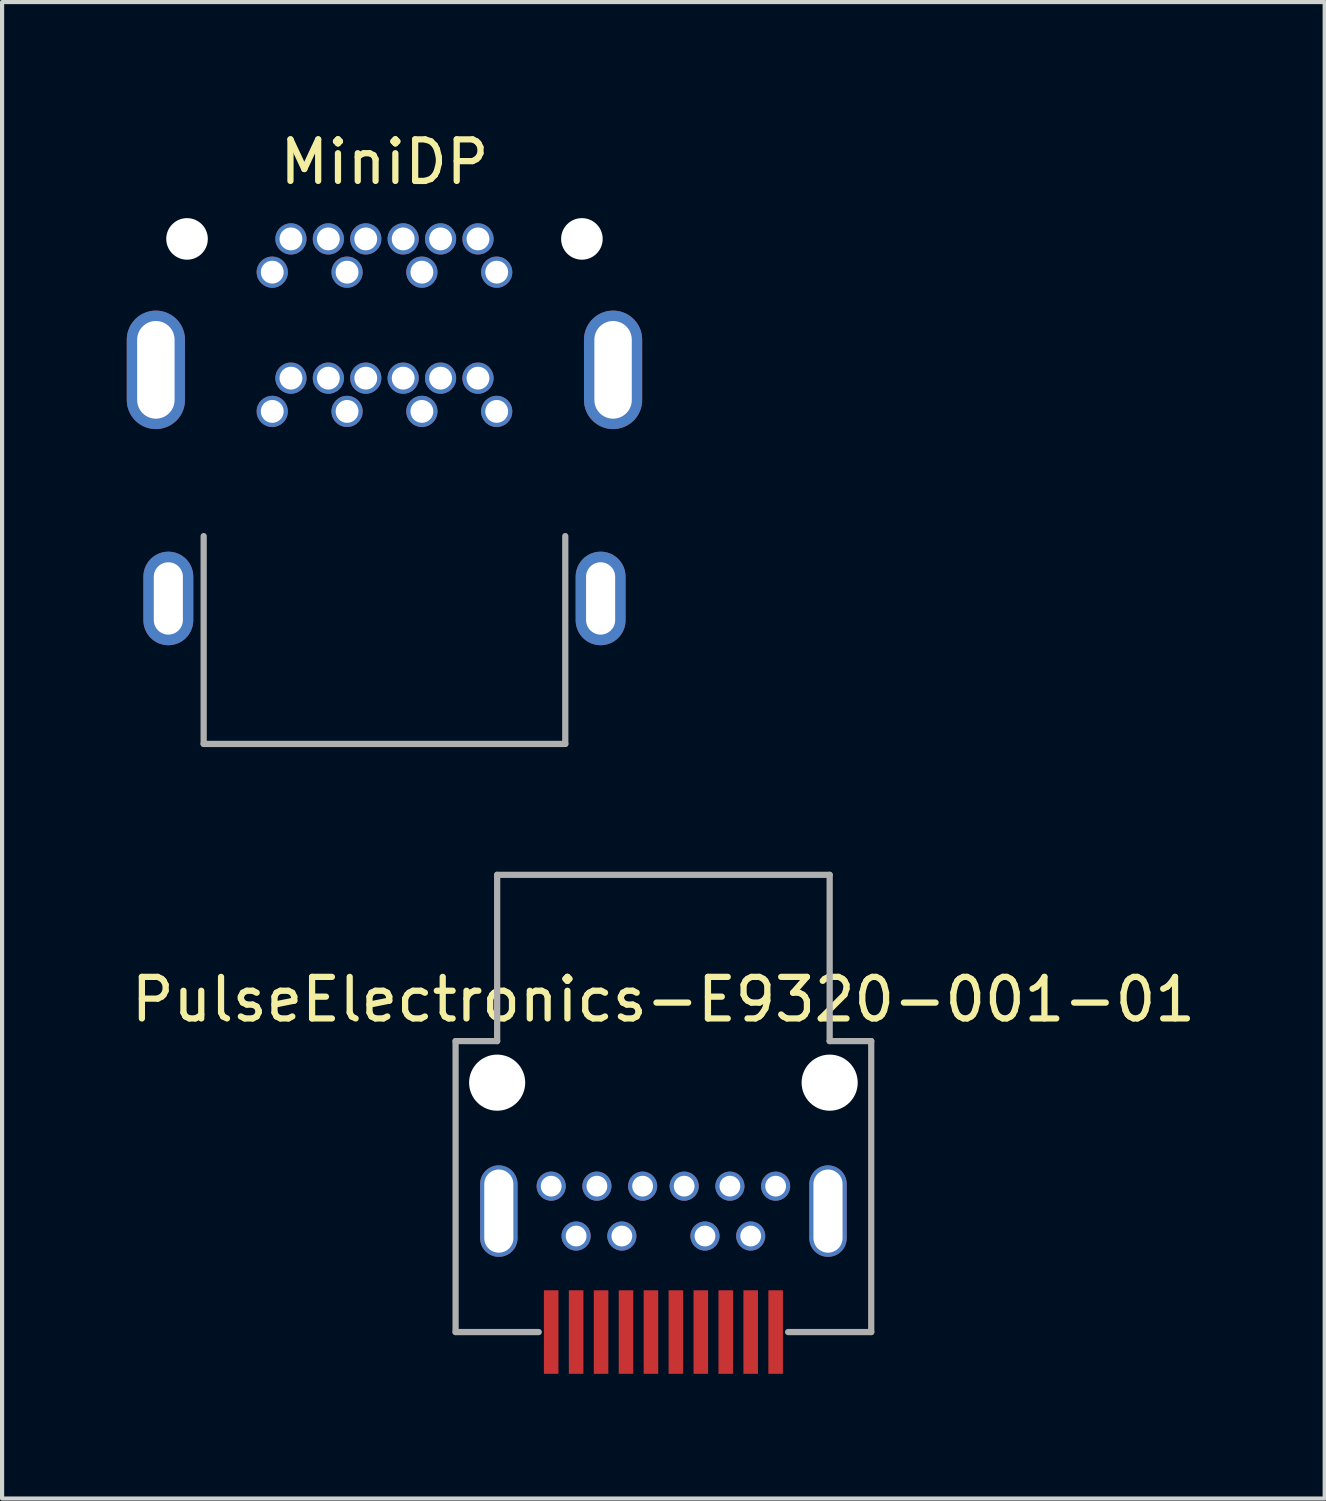
<source format=kicad_pcb>
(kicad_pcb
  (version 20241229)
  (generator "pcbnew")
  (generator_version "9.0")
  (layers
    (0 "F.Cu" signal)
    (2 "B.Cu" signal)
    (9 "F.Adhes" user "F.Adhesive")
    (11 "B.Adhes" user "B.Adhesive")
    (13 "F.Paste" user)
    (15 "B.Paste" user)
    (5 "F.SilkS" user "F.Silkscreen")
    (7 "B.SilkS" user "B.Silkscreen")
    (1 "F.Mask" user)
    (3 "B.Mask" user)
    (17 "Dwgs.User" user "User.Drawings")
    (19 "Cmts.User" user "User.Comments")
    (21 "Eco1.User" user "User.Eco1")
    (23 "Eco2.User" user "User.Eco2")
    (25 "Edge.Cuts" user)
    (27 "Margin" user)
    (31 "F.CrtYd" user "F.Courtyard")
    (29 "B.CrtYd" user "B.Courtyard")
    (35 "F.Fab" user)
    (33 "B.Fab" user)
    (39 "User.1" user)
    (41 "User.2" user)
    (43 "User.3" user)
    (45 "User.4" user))
  (footprint "PulseElectronics-E9320-001-01"
    (layer "F.Cu")
    (at 12.911 22.998)
    (property "Reference" "PulseElectronics-E9320-001-01" (at 0 -2 0) (layer "F.SilkS") (effects (font (size 1 1) (thickness 0.15))))
    (attr through_hole)
    (fp_line (start -5 -1) (end -4 -1) (stroke (width 0.15) (type solid)) (layer "F.Fab"))
    (fp_line (start -5 6) (end -5 -1) (stroke (width 0.15) (type solid)) (layer "F.Fab"))
    (fp_line (start -4 -5) (end 4 -5) (stroke (width 0.15) (type solid)) (layer "F.Fab"))
    (fp_line (start -4 -1) (end -4 -5) (stroke (width 0.15) (type solid)) (layer "F.Fab"))
    (fp_line (start -3 6) (end -5 6) (stroke (width 0.15) (type solid)) (layer "F.Fab"))
    (fp_line (start 3 6) (end 5 6) (stroke (width 0.15) (type solid)) (layer "F.Fab"))
    (fp_line (start 4 -5) (end 4 -1) (stroke (width 0.15) (type solid)) (layer "F.Fab"))
    (fp_line (start 5 -1) (end 4 -1) (stroke (width 0.15) (type solid)) (layer "F.Fab"))
    (fp_line (start 5 6) (end 5 -1) (stroke (width 0.15) (type solid)) (layer "F.Fab"))
    (pad "" np_thru_hole circle (at -4 0) (size 1.35 1.35) (drill 1.35) (layers "*.Cu" "*.Mask"))
    (pad "" np_thru_hole circle (at 4 0) (size 1.35 1.35) (drill 1.35) (layers "*.Cu" "*.Mask"))
    (pad "1" smd rect (at 2.7 6) (size 0.35 2.01) (layers "F.Cu" "F.Mask" "F.Paste"))
    (pad "2" thru_hole circle (at 2.7 2.49) (size 0.7 0.7) (drill 0.5) (layers "*.Cu" "*.Mask"))
    (pad "3" smd rect (at 2.1 6) (size 0.35 2.01) (layers "F.Cu" "F.Mask" "F.Paste"))
    (pad "4" thru_hole circle (at 2.1 3.69) (size 0.7 0.7) (drill 0.5) (layers "*.Cu" "*.Mask"))
    (pad "5" smd rect (at 1.5 6) (size 0.35 2.01) (layers "F.Cu" "F.Mask" "F.Paste"))
    (pad "6" thru_hole circle (at 1.6 2.49) (size 0.7 0.7) (drill 0.5) (layers "*.Cu" "*.Mask"))
    (pad "7" smd rect (at 0.9 6) (size 0.35 2.01) (layers "F.Cu" "F.Mask" "F.Paste"))
    (pad "8" thru_hole circle (at 1 3.69) (size 0.7 0.7) (drill 0.5) (layers "*.Cu" "*.Mask"))
    (pad "9" smd rect (at 0.3 6) (size 0.35 2.01) (layers "F.Cu" "F.Mask" "F.Paste"))
    (pad "10" thru_hole circle (at 0.5 2.49) (size 0.7 0.7) (drill 0.5) (layers "*.Cu" "*.Mask"))
    (pad "11" smd rect (at -0.3 6) (size 0.35 2.01) (layers "F.Cu" "F.Mask" "F.Paste"))
    (pad "12" thru_hole circle (at -0.5 2.49) (size 0.7 0.7) (drill 0.5) (layers "*.Cu" "*.Mask"))
    (pad "13" smd rect (at -0.9 6) (size 0.35 2.01) (layers "F.Cu" "F.Mask" "F.Paste"))
    (pad "14" thru_hole circle (at -1 3.69) (size 0.7 0.7) (drill 0.5) (layers "*.Cu" "*.Mask"))
    (pad "15" smd rect (at -1.5 6) (size 0.35 2.01) (layers "F.Cu" "F.Mask" "F.Paste"))
    (pad "16" thru_hole circle (at -1.6 2.49) (size 0.7 0.7) (drill 0.5) (layers "*.Cu" "*.Mask"))
    (pad "17" smd rect (at -2.1 6) (size 0.35 2.01) (layers "F.Cu" "F.Mask" "F.Paste"))
    (pad "18" thru_hole circle (at -2.1 3.69) (size 0.7 0.7) (drill 0.5) (layers "*.Cu" "*.Mask"))
    (pad "19" smd rect (at -2.7 6) (size 0.35 2.01) (layers "F.Cu" "F.Mask" "F.Paste"))
    (pad "20" thru_hole circle (at -2.7 2.49) (size 0.7 0.7) (drill 0.5) (layers "*.Cu" "*.Mask"))
    (pad "21" thru_hole oval (at 3.96 3.09) (size 0.9 2.2) (drill oval 0.7 2) (layers "*.Cu" "*.Mask"))
    (pad "22" thru_hole oval (at -3.96 3.09) (size 0.9 2.2) (drill oval 0.7 2) (layers "*.Cu" "*.Mask")))
  (footprint "MiniDP"
    (layer "F.Cu")
    (at 6.2 6.848)
    (property "Reference" "MiniDP" (at 0 -6 0) (layer "F.SilkS") (effects (font (size 1 1) (thickness 0.15))))
    (attr through_hole)
    (fp_line (start -4.35 8) (end -4.35 3) (stroke (width 0.15) (type solid)) (layer "F.Fab"))
    (fp_line (start -4.35 8) (end 4.35 8) (stroke (width 0.15) (type solid)) (layer "F.Fab"))
    (fp_line (start 4.35 8) (end 4.35 3) (stroke (width 0.15) (type solid)) (layer "F.Fab"))
    (pad "" np_thru_hole circle (at -4.75 -4.15) (size 1 1) (drill 1) (layers "*.Cu" "*.Mask"))
    (pad "" np_thru_hole circle (at 4.75 -4.15) (size 1 1) (drill 1) (layers "*.Cu" "*.Mask"))
    (pad "1" thru_hole circle (at -2.7 0) (size 0.75 0.75) (drill 0.55) (layers "*.Cu" "*.Mask"))
    (pad "2" thru_hole circle (at -2.7 -3.35) (size 0.75 0.75) (drill 0.55) (layers "*.Cu" "*.Mask"))
    (pad "3" thru_hole circle (at -2.25 -0.8) (size 0.75 0.75) (drill 0.55) (layers "*.Cu" "*.Mask"))
    (pad "4" thru_hole circle (at -2.25 -4.15) (size 0.75 0.75) (drill 0.55) (layers "*.Cu" "*.Mask"))
    (pad "5" thru_hole circle (at -1.35 -0.8) (size 0.75 0.75) (drill 0.55) (layers "*.Cu" "*.Mask"))
    (pad "6" thru_hole circle (at -1.35 -4.15) (size 0.75 0.75) (drill 0.55) (layers "*.Cu" "*.Mask"))
    (pad "7" thru_hole circle (at -0.9 0) (size 0.75 0.75) (drill 0.55) (layers "*.Cu" "*.Mask"))
    (pad "8" thru_hole circle (at -0.9 -3.35) (size 0.75 0.75) (drill 0.55) (layers "*.Cu" "*.Mask"))
    (pad "9" thru_hole circle (at -0.45 -0.8) (size 0.75 0.75) (drill 0.55) (layers "*.Cu" "*.Mask"))
    (pad "10" thru_hole circle (at -0.45 -4.15) (size 0.75 0.75) (drill 0.55) (layers "*.Cu" "*.Mask"))
    (pad "11" thru_hole circle (at 0.45 -0.8) (size 0.75 0.75) (drill 0.55) (layers "*.Cu" "*.Mask"))
    (pad "12" thru_hole circle (at 0.45 -4.15) (size 0.75 0.75) (drill 0.55) (layers "*.Cu" "*.Mask"))
    (pad "13" thru_hole circle (at 0.9 0) (size 0.75 0.75) (drill 0.55) (layers "*.Cu" "*.Mask"))
    (pad "14" thru_hole circle (at 0.9 -3.35) (size 0.75 0.75) (drill 0.55) (layers "*.Cu" "*.Mask"))
    (pad "15" thru_hole circle (at 1.35 -0.8) (size 0.75 0.75) (drill 0.55) (layers "*.Cu" "*.Mask"))
    (pad "16" thru_hole circle (at 1.35 -4.15) (size 0.75 0.75) (drill 0.55) (layers "*.Cu" "*.Mask"))
    (pad "17" thru_hole circle (at 2.25 -0.8) (size 0.75 0.75) (drill 0.55) (layers "*.Cu" "*.Mask"))
    (pad "18" thru_hole circle (at 2.25 -4.15) (size 0.75 0.75) (drill 0.55) (layers "*.Cu" "*.Mask"))
    (pad "19" thru_hole circle (at 2.7 0) (size 0.75 0.75) (drill 0.55) (layers "*.Cu" "*.Mask"))
    (pad "20" thru_hole circle (at 2.7 -3.35) (size 0.75 0.75) (drill 0.55) (layers "*.Cu" "*.Mask"))
    (pad "21" thru_hole oval (at -5.5 -1) (size 1.4 2.85) (drill oval 0.9 2.35) (layers "*.Cu" "*.Mask"))
    (pad "21" thru_hole oval (at -5.2 4.5) (size 1.2 2.25) (drill oval 0.7 1.74) (layers "*.Cu" "*.Mask"))
    (pad "22" thru_hole oval (at 5.2 4.5) (size 1.2 2.25) (drill oval 0.7 1.74) (layers "*.Cu" "*.Mask"))
    (pad "22" thru_hole oval (at 5.5 -1) (size 1.4 2.85) (drill oval 0.9 2.35) (layers "*.Cu" "*.Mask")))
  (gr_rect
    (start -3 -3)
    (end 28.821 33.003)
    (stroke (width 0.1) (type default))
    (fill no)
    (layer "Edge.Cuts")))
</source>
